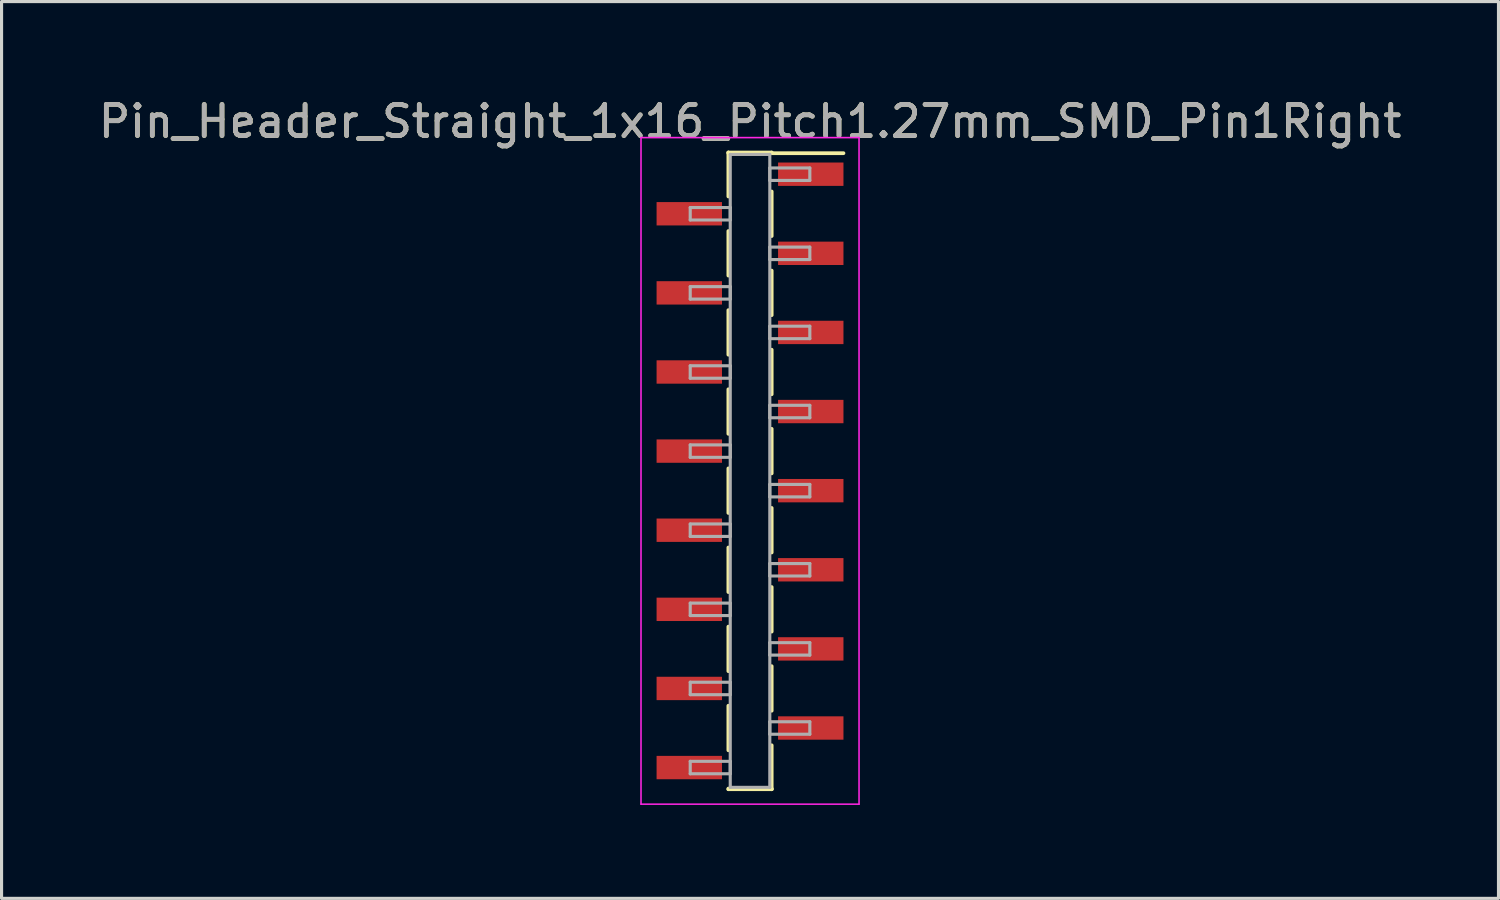
<source format=kicad_pcb>
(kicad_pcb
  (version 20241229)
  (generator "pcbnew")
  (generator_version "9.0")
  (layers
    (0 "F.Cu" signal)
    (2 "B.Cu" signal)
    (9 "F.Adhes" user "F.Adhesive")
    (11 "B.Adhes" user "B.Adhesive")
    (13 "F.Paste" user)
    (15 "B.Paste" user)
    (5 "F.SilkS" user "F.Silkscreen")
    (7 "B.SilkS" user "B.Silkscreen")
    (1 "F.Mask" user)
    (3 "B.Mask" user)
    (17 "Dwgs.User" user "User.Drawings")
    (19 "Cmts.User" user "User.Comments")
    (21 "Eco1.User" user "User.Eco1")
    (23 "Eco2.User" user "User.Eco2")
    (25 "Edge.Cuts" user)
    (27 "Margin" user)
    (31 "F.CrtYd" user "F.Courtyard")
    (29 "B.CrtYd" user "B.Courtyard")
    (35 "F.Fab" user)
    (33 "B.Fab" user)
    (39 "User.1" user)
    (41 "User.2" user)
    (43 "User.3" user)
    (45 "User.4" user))
  (footprint "Pin_Header_Straight_1x16_Pitch1.27mm_SMD_Pin1Right"
    (layer "F.Cu")
    (at 21.03 12.068)
    (property "Reference" "Pin_Header_Straight_1x16_Pitch1.27mm_SMD_Pin1Right" (at 0 -11.22 0) (layer "F.SilkS") (effects (font (size 1 1) (thickness 0.15))))
    (attr smd)
    (fp_line (start -0.695 -10.22) (end -0.695 -8.81) (stroke (width 0.12) (type solid)) (layer "F.SilkS"))
    (fp_line (start -0.695 -10.22) (end 0.695 -10.22) (stroke (width 0.12) (type solid)) (layer "F.SilkS"))
    (fp_line (start -0.695 -10.2) (end -0.695 -10.22) (stroke (width 0.12) (type solid)) (layer "F.SilkS"))
    (fp_line (start -0.695 -7.7) (end -0.695 -6.27) (stroke (width 0.12) (type solid)) (layer "F.SilkS"))
    (fp_line (start -0.695 -5.16) (end -0.695 -3.73) (stroke (width 0.12) (type solid)) (layer "F.SilkS"))
    (fp_line (start -0.695 -2.62) (end -0.695 -1.19) (stroke (width 0.12) (type solid)) (layer "F.SilkS"))
    (fp_line (start -0.695 -0.08) (end -0.695 1.35) (stroke (width 0.12) (type solid)) (layer "F.SilkS"))
    (fp_line (start -0.695 2.46) (end -0.695 3.89) (stroke (width 0.12) (type solid)) (layer "F.SilkS"))
    (fp_line (start -0.695 5) (end -0.695 6.43) (stroke (width 0.12) (type solid)) (layer "F.SilkS"))
    (fp_line (start -0.695 7.54) (end -0.695 8.97) (stroke (width 0.12) (type solid)) (layer "F.SilkS"))
    (fp_line (start -0.695 10.2) (end -0.695 10.22) (stroke (width 0.12) (type solid)) (layer "F.SilkS"))
    (fp_line (start -0.695 10.22) (end 0.695 10.22) (stroke (width 0.12) (type solid)) (layer "F.SilkS"))
    (fp_line (start 0.695 -10.22) (end 0.695 -10.2) (stroke (width 0.12) (type solid)) (layer "F.SilkS"))
    (fp_line (start 0.695 -10.2) (end 3 -10.2) (stroke (width 0.12) (type solid)) (layer "F.SilkS"))
    (fp_line (start 0.695 -8.97) (end 0.695 -7.54) (stroke (width 0.12) (type solid)) (layer "F.SilkS"))
    (fp_line (start 0.695 -6.43) (end 0.695 -5) (stroke (width 0.12) (type solid)) (layer "F.SilkS"))
    (fp_line (start 0.695 -3.89) (end 0.695 -2.46) (stroke (width 0.12) (type solid)) (layer "F.SilkS"))
    (fp_line (start 0.695 -1.35) (end 0.695 0.08) (stroke (width 0.12) (type solid)) (layer "F.SilkS"))
    (fp_line (start 0.695 1.19) (end 0.695 2.62) (stroke (width 0.12) (type solid)) (layer "F.SilkS"))
    (fp_line (start 0.695 3.73) (end 0.695 5.16) (stroke (width 0.12) (type solid)) (layer "F.SilkS"))
    (fp_line (start 0.695 6.27) (end 0.695 7.7) (stroke (width 0.12) (type solid)) (layer "F.SilkS"))
    (fp_line (start 0.695 8.81) (end 0.695 10.22) (stroke (width 0.12) (type solid)) (layer "F.SilkS"))
    (fp_line (start 0.695 10.22) (end 0.695 10.2) (stroke (width 0.12) (type solid)) (layer "F.SilkS"))
    (fp_line (start -3.5 -10.7) (end -3.5 10.7) (stroke (width 0.05) (type solid)) (layer "F.CrtYd"))
    (fp_line (start -3.5 10.7) (end 3.5 10.7) (stroke (width 0.05) (type solid)) (layer "F.CrtYd"))
    (fp_line (start 3.5 -10.7) (end -3.5 -10.7) (stroke (width 0.05) (type solid)) (layer "F.CrtYd"))
    (fp_line (start 3.5 10.7) (end 3.5 -10.7) (stroke (width 0.05) (type solid)) (layer "F.CrtYd"))
    (fp_line (start -1.92 -8.455) (end -0.635 -8.455) (stroke (width 0.1) (type solid)) (layer "F.Fab"))
    (fp_line (start -1.92 -8.055) (end -1.92 -8.455) (stroke (width 0.1) (type solid)) (layer "F.Fab"))
    (fp_line (start -1.92 -5.915) (end -0.635 -5.915) (stroke (width 0.1) (type solid)) (layer "F.Fab"))
    (fp_line (start -1.92 -5.515) (end -1.92 -5.915) (stroke (width 0.1) (type solid)) (layer "F.Fab"))
    (fp_line (start -1.92 -3.375) (end -0.635 -3.375) (stroke (width 0.1) (type solid)) (layer "F.Fab"))
    (fp_line (start -1.92 -2.975) (end -1.92 -3.375) (stroke (width 0.1) (type solid)) (layer "F.Fab"))
    (fp_line (start -1.92 -0.835) (end -0.635 -0.835) (stroke (width 0.1) (type solid)) (layer "F.Fab"))
    (fp_line (start -1.92 -0.435) (end -1.92 -0.835) (stroke (width 0.1) (type solid)) (layer "F.Fab"))
    (fp_line (start -1.92 1.705) (end -0.635 1.705) (stroke (width 0.1) (type solid)) (layer "F.Fab"))
    (fp_line (start -1.92 2.105) (end -1.92 1.705) (stroke (width 0.1) (type solid)) (layer "F.Fab"))
    (fp_line (start -1.92 4.245) (end -0.635 4.245) (stroke (width 0.1) (type solid)) (layer "F.Fab"))
    (fp_line (start -1.92 4.645) (end -1.92 4.245) (stroke (width 0.1) (type solid)) (layer "F.Fab"))
    (fp_line (start -1.92 6.785) (end -0.635 6.785) (stroke (width 0.1) (type solid)) (layer "F.Fab"))
    (fp_line (start -1.92 7.185) (end -1.92 6.785) (stroke (width 0.1) (type solid)) (layer "F.Fab"))
    (fp_line (start -1.92 9.325) (end -0.635 9.325) (stroke (width 0.1) (type solid)) (layer "F.Fab"))
    (fp_line (start -1.92 9.725) (end -1.92 9.325) (stroke (width 0.1) (type solid)) (layer "F.Fab"))
    (fp_line (start -0.635 -10.16) (end -0.635 10.16) (stroke (width 0.1) (type solid)) (layer "F.Fab"))
    (fp_line (start -0.635 -8.455) (end -0.635 -8.055) (stroke (width 0.1) (type solid)) (layer "F.Fab"))
    (fp_line (start -0.635 -8.055) (end -1.92 -8.055) (stroke (width 0.1) (type solid)) (layer "F.Fab"))
    (fp_line (start -0.635 -5.915) (end -0.635 -5.515) (stroke (width 0.1) (type solid)) (layer "F.Fab"))
    (fp_line (start -0.635 -5.515) (end -1.92 -5.515) (stroke (width 0.1) (type solid)) (layer "F.Fab"))
    (fp_line (start -0.635 -3.375) (end -0.635 -2.975) (stroke (width 0.1) (type solid)) (layer "F.Fab"))
    (fp_line (start -0.635 -2.975) (end -1.92 -2.975) (stroke (width 0.1) (type solid)) (layer "F.Fab"))
    (fp_line (start -0.635 -0.835) (end -0.635 -0.435) (stroke (width 0.1) (type solid)) (layer "F.Fab"))
    (fp_line (start -0.635 -0.435) (end -1.92 -0.435) (stroke (width 0.1) (type solid)) (layer "F.Fab"))
    (fp_line (start -0.635 1.705) (end -0.635 2.105) (stroke (width 0.1) (type solid)) (layer "F.Fab"))
    (fp_line (start -0.635 2.105) (end -1.92 2.105) (stroke (width 0.1) (type solid)) (layer "F.Fab"))
    (fp_line (start -0.635 4.245) (end -0.635 4.645) (stroke (width 0.1) (type solid)) (layer "F.Fab"))
    (fp_line (start -0.635 4.645) (end -1.92 4.645) (stroke (width 0.1) (type solid)) (layer "F.Fab"))
    (fp_line (start -0.635 6.785) (end -0.635 7.185) (stroke (width 0.1) (type solid)) (layer "F.Fab"))
    (fp_line (start -0.635 7.185) (end -1.92 7.185) (stroke (width 0.1) (type solid)) (layer "F.Fab"))
    (fp_line (start -0.635 9.325) (end -0.635 9.725) (stroke (width 0.1) (type solid)) (layer "F.Fab"))
    (fp_line (start -0.635 9.725) (end -1.92 9.725) (stroke (width 0.1) (type solid)) (layer "F.Fab"))
    (fp_line (start -0.635 10.16) (end 0.635 10.16) (stroke (width 0.1) (type solid)) (layer "F.Fab"))
    (fp_line (start 0.635 -10.16) (end -0.635 -10.16) (stroke (width 0.1) (type solid)) (layer "F.Fab"))
    (fp_line (start 0.635 -9.725) (end 0.635 -9.325) (stroke (width 0.1) (type solid)) (layer "F.Fab"))
    (fp_line (start 0.635 -9.325) (end 1.92 -9.325) (stroke (width 0.1) (type solid)) (layer "F.Fab"))
    (fp_line (start 0.635 -7.185) (end 0.635 -6.785) (stroke (width 0.1) (type solid)) (layer "F.Fab"))
    (fp_line (start 0.635 -6.785) (end 1.92 -6.785) (stroke (width 0.1) (type solid)) (layer "F.Fab"))
    (fp_line (start 0.635 -4.645) (end 0.635 -4.245) (stroke (width 0.1) (type solid)) (layer "F.Fab"))
    (fp_line (start 0.635 -4.245) (end 1.92 -4.245) (stroke (width 0.1) (type solid)) (layer "F.Fab"))
    (fp_line (start 0.635 -2.105) (end 0.635 -1.705) (stroke (width 0.1) (type solid)) (layer "F.Fab"))
    (fp_line (start 0.635 -1.705) (end 1.92 -1.705) (stroke (width 0.1) (type solid)) (layer "F.Fab"))
    (fp_line (start 0.635 0.435) (end 0.635 0.835) (stroke (width 0.1) (type solid)) (layer "F.Fab"))
    (fp_line (start 0.635 0.835) (end 1.92 0.835) (stroke (width 0.1) (type solid)) (layer "F.Fab"))
    (fp_line (start 0.635 2.975) (end 0.635 3.375) (stroke (width 0.1) (type solid)) (layer "F.Fab"))
    (fp_line (start 0.635 3.375) (end 1.92 3.375) (stroke (width 0.1) (type solid)) (layer "F.Fab"))
    (fp_line (start 0.635 5.515) (end 0.635 5.915) (stroke (width 0.1) (type solid)) (layer "F.Fab"))
    (fp_line (start 0.635 5.915) (end 1.92 5.915) (stroke (width 0.1) (type solid)) (layer "F.Fab"))
    (fp_line (start 0.635 8.055) (end 0.635 8.455) (stroke (width 0.1) (type solid)) (layer "F.Fab"))
    (fp_line (start 0.635 8.455) (end 1.92 8.455) (stroke (width 0.1) (type solid)) (layer "F.Fab"))
    (fp_line (start 0.635 10.16) (end 0.635 -10.16) (stroke (width 0.1) (type solid)) (layer "F.Fab"))
    (fp_line (start 1.92 -9.725) (end 0.635 -9.725) (stroke (width 0.1) (type solid)) (layer "F.Fab"))
    (fp_line (start 1.92 -9.325) (end 1.92 -9.725) (stroke (width 0.1) (type solid)) (layer "F.Fab"))
    (fp_line (start 1.92 -7.185) (end 0.635 -7.185) (stroke (width 0.1) (type solid)) (layer "F.Fab"))
    (fp_line (start 1.92 -6.785) (end 1.92 -7.185) (stroke (width 0.1) (type solid)) (layer "F.Fab"))
    (fp_line (start 1.92 -4.645) (end 0.635 -4.645) (stroke (width 0.1) (type solid)) (layer "F.Fab"))
    (fp_line (start 1.92 -4.245) (end 1.92 -4.645) (stroke (width 0.1) (type solid)) (layer "F.Fab"))
    (fp_line (start 1.92 -2.105) (end 0.635 -2.105) (stroke (width 0.1) (type solid)) (layer "F.Fab"))
    (fp_line (start 1.92 -1.705) (end 1.92 -2.105) (stroke (width 0.1) (type solid)) (layer "F.Fab"))
    (fp_line (start 1.92 0.435) (end 0.635 0.435) (stroke (width 0.1) (type solid)) (layer "F.Fab"))
    (fp_line (start 1.92 0.835) (end 1.92 0.435) (stroke (width 0.1) (type solid)) (layer "F.Fab"))
    (fp_line (start 1.92 2.975) (end 0.635 2.975) (stroke (width 0.1) (type solid)) (layer "F.Fab"))
    (fp_line (start 1.92 3.375) (end 1.92 2.975) (stroke (width 0.1) (type solid)) (layer "F.Fab"))
    (fp_line (start 1.92 5.515) (end 0.635 5.515) (stroke (width 0.1) (type solid)) (layer "F.Fab"))
    (fp_line (start 1.92 5.915) (end 1.92 5.515) (stroke (width 0.1) (type solid)) (layer "F.Fab"))
    (fp_line (start 1.92 8.055) (end 0.635 8.055) (stroke (width 0.1) (type solid)) (layer "F.Fab"))
    (fp_line (start 1.92 8.455) (end 1.92 8.055) (stroke (width 0.1) (type solid)) (layer "F.Fab"))
    (fp_text user "${REFERENCE}" (at 0 -11.22 0) (layer "F.Fab") (effects (font (size 1 1) (thickness 0.15))))
    (pad "1" smd rect (at 1.95 -9.525) (size 2.1 0.75) (layers "F.Cu" "F.Mask" "F.Paste"))
    (pad "2" smd rect (at -1.95 -8.255) (size 2.1 0.75) (layers "F.Cu" "F.Mask" "F.Paste"))
    (pad "3" smd rect (at 1.95 -6.985) (size 2.1 0.75) (layers "F.Cu" "F.Mask" "F.Paste"))
    (pad "4" smd rect (at -1.95 -5.715) (size 2.1 0.75) (layers "F.Cu" "F.Mask" "F.Paste"))
    (pad "5" smd rect (at 1.95 -4.445) (size 2.1 0.75) (layers "F.Cu" "F.Mask" "F.Paste"))
    (pad "6" smd rect (at -1.95 -3.175) (size 2.1 0.75) (layers "F.Cu" "F.Mask" "F.Paste"))
    (pad "7" smd rect (at 1.95 -1.905) (size 2.1 0.75) (layers "F.Cu" "F.Mask" "F.Paste"))
    (pad "8" smd rect (at -1.95 -0.635) (size 2.1 0.75) (layers "F.Cu" "F.Mask" "F.Paste"))
    (pad "9" smd rect (at 1.95 0.635) (size 2.1 0.75) (layers "F.Cu" "F.Mask" "F.Paste"))
    (pad "10" smd rect (at -1.95 1.905) (size 2.1 0.75) (layers "F.Cu" "F.Mask" "F.Paste"))
    (pad "11" smd rect (at 1.95 3.175) (size 2.1 0.75) (layers "F.Cu" "F.Mask" "F.Paste"))
    (pad "12" smd rect (at -1.95 4.445) (size 2.1 0.75) (layers "F.Cu" "F.Mask" "F.Paste"))
    (pad "13" smd rect (at 1.95 5.715) (size 2.1 0.75) (layers "F.Cu" "F.Mask" "F.Paste"))
    (pad "14" smd rect (at -1.95 6.985) (size 2.1 0.75) (layers "F.Cu" "F.Mask" "F.Paste"))
    (pad "15" smd rect (at 1.95 8.255) (size 2.1 0.75) (layers "F.Cu" "F.Mask" "F.Paste"))
    (pad "16" smd rect (at -1.95 9.525) (size 2.1 0.75) (layers "F.Cu" "F.Mask" "F.Paste")))
  (gr_rect
    (start -3 -3)
    (end 45.06 25.793)
    (stroke (width 0.1) (type default))
    (fill no)
    (layer "Edge.Cuts")))
</source>
